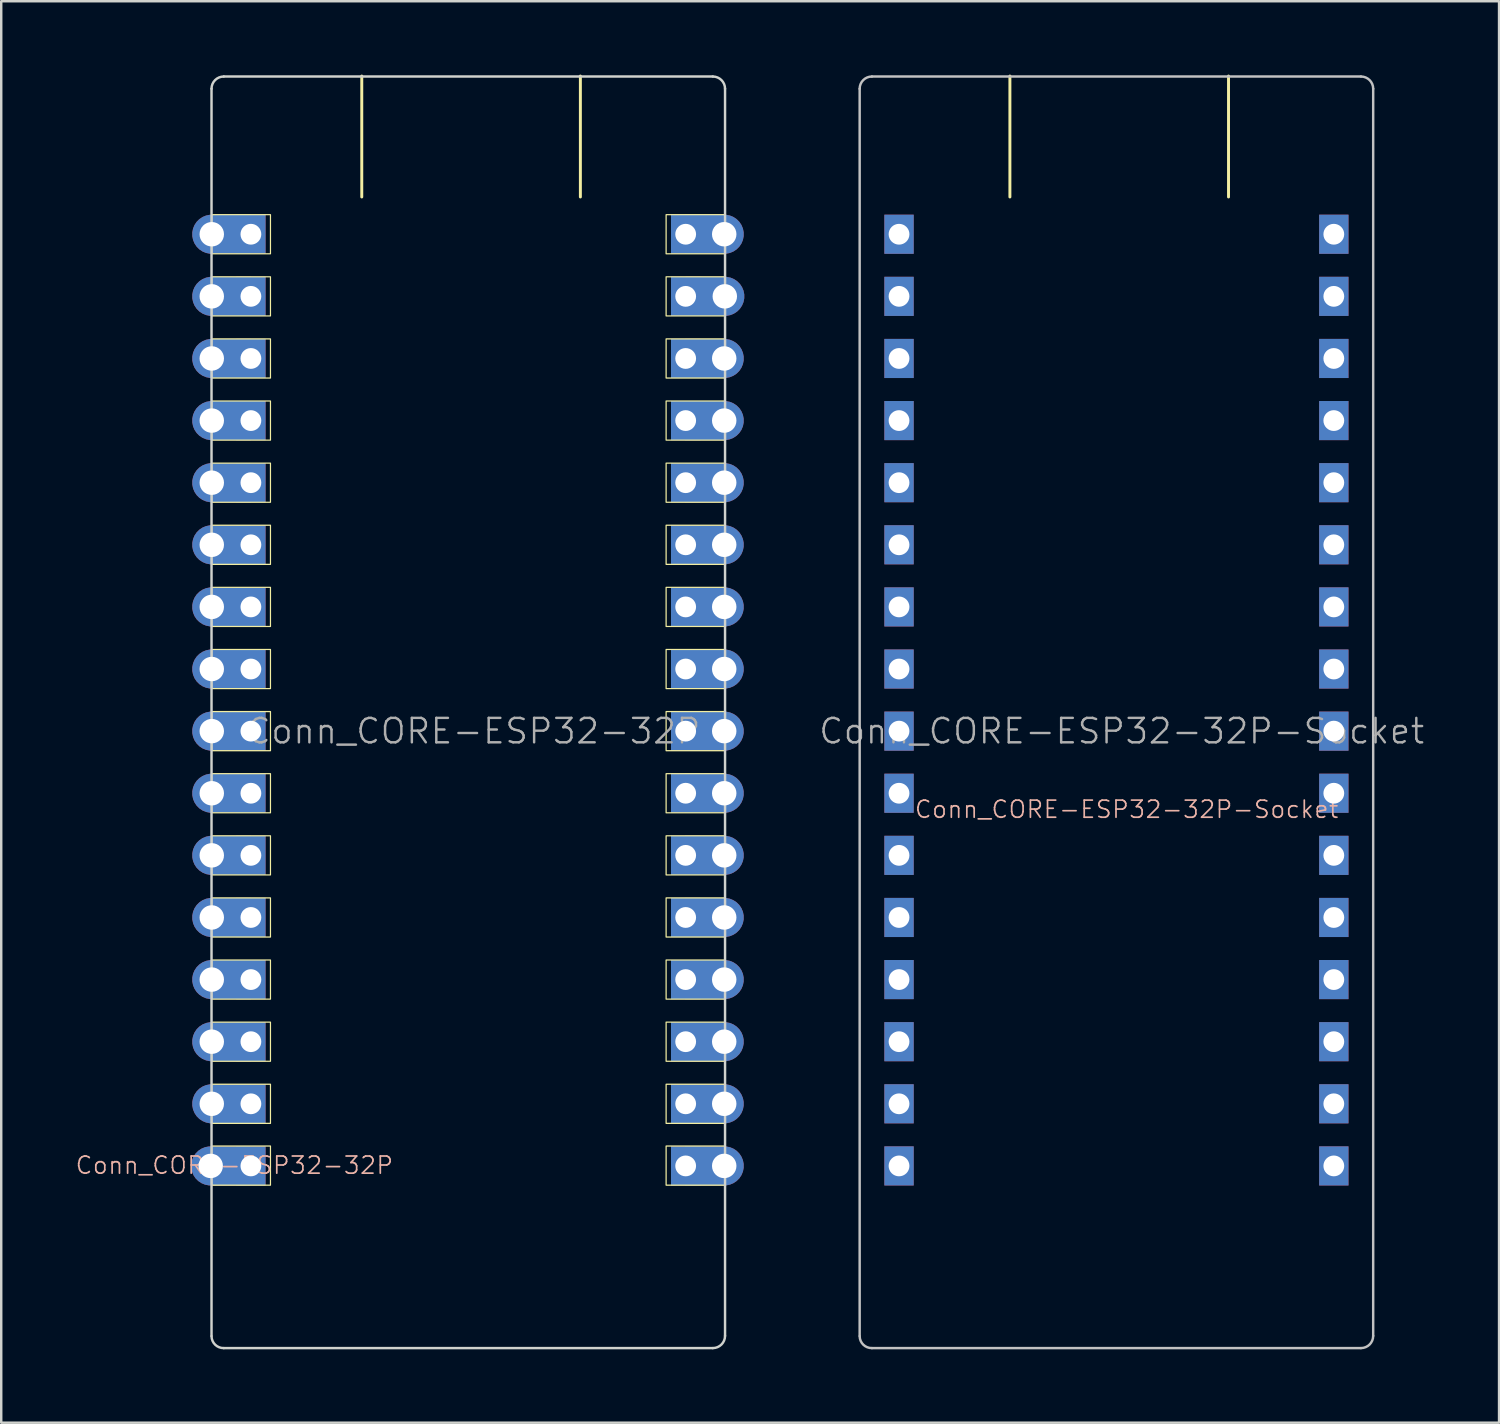
<source format=kicad_pcb>
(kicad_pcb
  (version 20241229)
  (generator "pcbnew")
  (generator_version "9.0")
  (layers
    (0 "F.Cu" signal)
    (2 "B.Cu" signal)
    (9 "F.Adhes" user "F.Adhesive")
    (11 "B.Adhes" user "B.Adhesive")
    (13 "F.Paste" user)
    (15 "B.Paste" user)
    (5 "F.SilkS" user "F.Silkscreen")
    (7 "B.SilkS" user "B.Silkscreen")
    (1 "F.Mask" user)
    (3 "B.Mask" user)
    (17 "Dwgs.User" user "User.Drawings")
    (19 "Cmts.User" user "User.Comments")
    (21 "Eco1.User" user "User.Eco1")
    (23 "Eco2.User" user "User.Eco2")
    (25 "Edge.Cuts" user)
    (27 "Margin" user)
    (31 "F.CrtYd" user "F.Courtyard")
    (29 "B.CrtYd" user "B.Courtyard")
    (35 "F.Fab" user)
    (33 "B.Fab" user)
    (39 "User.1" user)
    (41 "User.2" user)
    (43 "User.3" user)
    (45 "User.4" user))
  (footprint "Conn_CORE-ESP32-32P-Socket"
    (layer "F.Cu")
    (at 42.821 26.849)
    (property "Reference" "Conn_CORE-ESP32-32P-Socket" (at 0.2 3.2 0) (unlocked yes) (layer "B.SilkS") (effects (font (size 0.7 0.7) (thickness 0.07))))
    (attr through_hole)
    (fp_line (start -4.572 -26.789) (end -4.572 -21.844) (stroke (width 0.12) (type solid)) (layer "F.SilkS"))
    (fp_line (start 4.368 -26.789) (end 4.368 -21.844) (stroke (width 0.12) (type solid)) (layer "F.SilkS"))
    (fp_line (start -10.716 -26.27) (end -10.716 24.73) (stroke (width 0.1) (type solid)) (layer "Dwgs.User"))
    (fp_line (start -10.216 25.23) (end 9.784 25.23) (stroke (width 0.1) (type solid)) (layer "Dwgs.User"))
    (fp_line (start 9.784 -26.77) (end -10.216 -26.77) (stroke (width 0.1) (type solid)) (layer "Dwgs.User"))
    (fp_line (start 10.284 24.73) (end 10.284 -26.27) (stroke (width 0.1) (type solid)) (layer "Dwgs.User"))
    (fp_arc (start -10.715999 -26.27) (mid -10.569552 -26.623553) (end -10.215999 -26.77) (stroke (width 0.1) (type solid)) (layer "Dwgs.User"))
    (fp_arc (start -10.215999 25.23) (mid -10.566146 25.091777) (end -10.715999 24.746447) (stroke (width 0.1) (type solid)) (layer "Dwgs.User"))
    (fp_arc (start 9.784001 -26.77) (mid 10.137554 -26.623553) (end 10.284001 -26.27) (stroke (width 0.1) (type solid)) (layer "Dwgs.User"))
    (fp_arc (start 10.284001 24.73) (mid 10.137554 25.083553) (end 9.784001 25.23) (stroke (width 0.1) (type solid)) (layer "Dwgs.User"))
    (fp_text user "${REFERENCE}" (at 0 0 0) (layer "F.Fab") (effects (font (size 1 1) (thickness 0.1))))
    (pad "1" thru_hole rect (at -9.106 -20.32 270) (size 1.6 1.2) (drill 0.85) (layers "*.Cu" "*.Mask"))
    (pad "2" thru_hole rect (at -9.106 -17.78) (size 1.2 1.6) (drill 0.85) (layers "*.Cu" "*.Mask"))
    (pad "3" thru_hole rect (at -9.106 -15.24 180) (size 1.2 1.6) (drill 0.85) (layers "*.Cu" "*.Mask"))
    (pad "4" thru_hole rect (at -9.106 -12.7 270) (size 1.6 1.2) (drill 0.85) (layers "*.Cu" "*.Mask"))
    (pad "5" thru_hole rect (at -9.106 -10.16 270) (size 1.6 1.2) (drill 0.85) (layers "*.Cu" "*.Mask"))
    (pad "6" thru_hole rect (at -9.106 -7.62 90) (size 1.6 1.2) (drill 0.85) (layers "*.Cu" "*.Mask"))
    (pad "7" thru_hole rect (at -9.106 -5.08 270) (size 1.6 1.2) (drill 0.85) (layers "*.Cu" "*.Mask"))
    (pad "8" thru_hole rect (at -9.106 -2.54 270) (size 1.6 1.2) (drill 0.85) (layers "*.Cu" "*.Mask"))
    (pad "9" thru_hole rect (at -9.106 0 270) (size 1.6 1.2) (drill 0.85) (layers "*.Cu" "*.Mask"))
    (pad "10" thru_hole rect (at -9.106 2.54 270) (size 1.6 1.2) (drill 0.85) (layers "*.Cu" "*.Mask"))
    (pad "11" thru_hole rect (at -9.106 5.08 270) (size 1.6 1.2) (drill 0.85) (layers "*.Cu" "*.Mask"))
    (pad "12" thru_hole rect (at -9.106 7.62 270) (size 1.6 1.2) (drill 0.85) (layers "*.Cu" "*.Mask"))
    (pad "13" thru_hole rect (at -9.106 10.16 90) (size 1.6 1.2) (drill 0.85) (layers "*.Cu" "*.Mask"))
    (pad "14" thru_hole rect (at -9.106 12.7) (size 1.2 1.6) (drill 0.85) (layers "*.Cu" "*.Mask"))
    (pad "15" thru_hole rect (at -9.106 15.24 270) (size 1.6 1.2) (drill 0.85) (layers "*.Cu" "*.Mask"))
    (pad "16" thru_hole rect (at -9.106 17.78 270) (size 1.6 1.2) (drill 0.85) (layers "*.Cu" "*.Mask"))
    (pad "17" thru_hole rect (at 8.674 -20.32 90) (size 1.6 1.2) (drill 0.85) (layers "*.Cu" "*.Mask"))
    (pad "18" thru_hole rect (at 8.674 -17.78 90) (size 1.6 1.2) (drill 0.85) (layers "*.Cu" "*.Mask"))
    (pad "19" thru_hole rect (at 8.674 -15.24 90) (size 1.6 1.2) (drill 0.85) (layers "*.Cu" "*.Mask"))
    (pad "20" thru_hole rect (at 8.674 -12.7 90) (size 1.6 1.2) (drill 0.85) (layers "*.Cu" "*.Mask"))
    (pad "21" thru_hole rect (at 8.674 -10.16 90) (size 1.6 1.2) (drill 0.85) (layers "*.Cu" "*.Mask"))
    (pad "22" thru_hole rect (at 8.674 -7.62 90) (size 1.6 1.2) (drill 0.85) (layers "*.Cu" "*.Mask"))
    (pad "23" thru_hole rect (at 8.674 -5.08 90) (size 1.6 1.2) (drill 0.85) (layers "*.Cu" "*.Mask"))
    (pad "24" thru_hole rect (at 8.674 -2.54 90) (size 1.6 1.2) (drill 0.85) (layers "*.Cu" "*.Mask"))
    (pad "25" thru_hole rect (at 8.674 0 90) (size 1.6 1.2) (drill 0.85) (layers "*.Cu" "*.Mask"))
    (pad "26" thru_hole rect (at 8.674 2.54 90) (size 1.6 1.2) (drill 0.85) (layers "*.Cu" "*.Mask"))
    (pad "27" thru_hole rect (at 8.674 5.08 90) (size 1.6 1.2) (drill 0.85) (layers "*.Cu" "*.Mask"))
    (pad "28" thru_hole rect (at 8.674 7.62 90) (size 1.6 1.2) (drill 0.85) (layers "*.Cu" "*.Mask"))
    (pad "29" thru_hole rect (at 8.674 10.16 90) (size 1.6 1.2) (drill 0.85) (layers "*.Cu" "*.Mask"))
    (pad "30" thru_hole rect (at 8.674 12.7 90) (size 1.6 1.2) (drill 0.85) (layers "*.Cu" "*.Mask"))
    (pad "31" thru_hole rect (at 8.674 15.24 90) (size 1.6 1.2) (drill 0.85) (layers "*.Cu" "*.Mask"))
    (pad "32" thru_hole rect (at 8.674 17.78 90) (size 1.6 1.2) (drill 0.85) (layers "*.Cu" "*.Mask")))
  (footprint "Conn_CORE-ESP32-32P"
    (layer "F.Cu")
    (at 16.316 26.849)
    (property "Reference" "Conn_CORE-ESP32-32P" (at -9.781 17.755 0) (unlocked yes) (layer "B.SilkS") (effects (font (size 0.7 0.7) (thickness 0.07))))
    (attr through_hole)
    (fp_line (start -4.572 -26.789) (end -4.572 -21.844) (stroke (width 0.12) (type solid)) (layer "F.SilkS"))
    (fp_line (start 4.368 -26.789) (end 4.368 -21.844) (stroke (width 0.12) (type solid)) (layer "F.SilkS"))
    (fp_rect (start -8.306 -19.52) (end -10.706 -21.12) (stroke (width 0.05) (type solid)) (fill no) (layer "F.SilkS"))
    (fp_rect (start -8.306 -16.98) (end -10.706 -18.58) (stroke (width 0.05) (type solid)) (fill no) (layer "F.SilkS"))
    (fp_rect (start -8.306 -14.44) (end -10.706 -16.04) (stroke (width 0.05) (type solid)) (fill no) (layer "F.SilkS"))
    (fp_rect (start -8.306 -11.9) (end -10.706 -13.5) (stroke (width 0.05) (type solid)) (fill no) (layer "F.SilkS"))
    (fp_rect (start -8.306 -9.36) (end -10.706 -10.96) (stroke (width 0.05) (type solid)) (fill no) (layer "F.SilkS"))
    (fp_rect (start -8.306 -6.82) (end -10.706 -8.42) (stroke (width 0.05) (type solid)) (fill no) (layer "F.SilkS"))
    (fp_rect (start -8.306 -4.28) (end -10.706 -5.88) (stroke (width 0.05) (type solid)) (fill no) (layer "F.SilkS"))
    (fp_rect (start -8.306 -1.74) (end -10.706 -3.34) (stroke (width 0.05) (type solid)) (fill no) (layer "F.SilkS"))
    (fp_rect (start -8.306 0.8) (end -10.706 -0.8) (stroke (width 0.05) (type solid)) (fill no) (layer "F.SilkS"))
    (fp_rect (start -8.306 3.34) (end -10.706 1.74) (stroke (width 0.05) (type solid)) (fill no) (layer "F.SilkS"))
    (fp_rect (start -8.306 5.88) (end -10.706 4.28) (stroke (width 0.05) (type solid)) (fill no) (layer "F.SilkS"))
    (fp_rect (start -8.306 8.42) (end -10.706 6.82) (stroke (width 0.05) (type solid)) (fill no) (layer "F.SilkS"))
    (fp_rect (start -8.306 10.96) (end -10.706 9.36) (stroke (width 0.05) (type solid)) (fill no) (layer "F.SilkS"))
    (fp_rect (start -8.306 13.5) (end -10.706 11.9) (stroke (width 0.05) (type solid)) (fill no) (layer "F.SilkS"))
    (fp_rect (start -8.306 16.04) (end -10.706 14.44) (stroke (width 0.05) (type solid)) (fill no) (layer "F.SilkS"))
    (fp_rect (start -8.306 18.567) (end -10.706 16.967) (stroke (width 0.05) (type solid)) (fill no) (layer "F.SilkS"))
    (fp_rect (start 7.874 -21.12) (end 10.274 -19.52) (stroke (width 0.05) (type solid)) (fill no) (layer "F.SilkS"))
    (fp_rect (start 7.874 -18.58) (end 10.274 -16.98) (stroke (width 0.05) (type solid)) (fill no) (layer "F.SilkS"))
    (fp_rect (start 7.874 -16.04) (end 10.274 -14.44) (stroke (width 0.05) (type solid)) (fill no) (layer "F.SilkS"))
    (fp_rect (start 7.874 -13.5) (end 10.274 -11.9) (stroke (width 0.05) (type solid)) (fill no) (layer "F.SilkS"))
    (fp_rect (start 7.874 -10.96) (end 10.274 -9.36) (stroke (width 0.05) (type solid)) (fill no) (layer "F.SilkS"))
    (fp_rect (start 7.874 -8.42) (end 10.274 -6.82) (stroke (width 0.05) (type solid)) (fill no) (layer "F.SilkS"))
    (fp_rect (start 7.874 -5.88) (end 10.274 -4.28) (stroke (width 0.05) (type solid)) (fill no) (layer "F.SilkS"))
    (fp_rect (start 7.874 -3.34) (end 10.274 -1.74) (stroke (width 0.05) (type solid)) (fill no) (layer "F.SilkS"))
    (fp_rect (start 7.874 -0.8) (end 10.274 0.8) (stroke (width 0.05) (type solid)) (fill no) (layer "F.SilkS"))
    (fp_rect (start 7.874 1.74) (end 10.274 3.34) (stroke (width 0.05) (type solid)) (fill no) (layer "F.SilkS"))
    (fp_rect (start 7.874 4.28) (end 10.274 5.88) (stroke (width 0.05) (type solid)) (fill no) (layer "F.SilkS"))
    (fp_rect (start 7.874 6.82) (end 10.274 8.42) (stroke (width 0.05) (type solid)) (fill no) (layer "F.SilkS"))
    (fp_rect (start 7.874 9.36) (end 10.274 10.96) (stroke (width 0.05) (type solid)) (fill no) (layer "F.SilkS"))
    (fp_rect (start 7.874 11.9) (end 10.274 13.5) (stroke (width 0.05) (type solid)) (fill no) (layer "F.SilkS"))
    (fp_rect (start 7.874 14.44) (end 10.274 16.04) (stroke (width 0.05) (type solid)) (fill no) (layer "F.SilkS"))
    (fp_rect (start 10.274 18.567) (end 7.874 16.967) (stroke (width 0.05) (type solid)) (fill no) (layer "F.SilkS"))
    (fp_line (start -10.716 -26.27) (end -10.716 24.73) (stroke (width 0.1) (type solid)) (layer "Edge.Cuts"))
    (fp_line (start -10.216 25.23) (end 9.784 25.23) (stroke (width 0.1) (type solid)) (layer "Edge.Cuts"))
    (fp_line (start 9.784 -26.77) (end -10.216 -26.77) (stroke (width 0.1) (type solid)) (layer "Edge.Cuts"))
    (fp_line (start 10.284 24.73) (end 10.284 -26.27) (stroke (width 0.1) (type solid)) (layer "Edge.Cuts"))
    (fp_arc (start -10.715999 -26.27) (mid -10.569552 -26.623553) (end -10.215999 -26.77) (stroke (width 0.1) (type solid)) (layer "Edge.Cuts"))
    (fp_arc (start -10.215999 25.23) (mid -10.566146 25.091777) (end -10.715999 24.746447) (stroke (width 0.1) (type solid)) (layer "Edge.Cuts"))
    (fp_arc (start 9.784001 -26.77) (mid 10.137554 -26.623553) (end 10.284001 -26.27) (stroke (width 0.1) (type solid)) (layer "Edge.Cuts"))
    (fp_arc (start 10.284001 24.73) (mid 10.137554 25.083554) (end 9.784001 25.23) (stroke (width 0.1) (type solid)) (layer "Edge.Cuts"))
    (fp_text user "${REFERENCE}" (at 0 0 0) (layer "F.Fab") (effects (font (size 1 1) (thickness 0.1))))
    (pad "1" thru_hole custom (at -10.706 -20.32) (size 1.6 1.6) (drill 1) (layers "*.Cu" "*.Mask") (options (anchor circle)) (primitives (gr_rect (start 0 -0.8) (end 1.6 0.8) (width 0) (fill yes))))
    (pad "1" thru_hole rect (at -9.106 -20.32 270) (size 1.6 1.2) (drill 0.85) (layers "*.Cu" "*.Mask"))
    (pad "2" thru_hole custom (at -10.706 -17.78) (size 1.6 1.6) (drill 1) (layers "*.Cu" "*.Mask") (options (anchor circle)) (primitives (gr_rect (start 0 -0.8) (end 1.6 0.8) (width 0) (fill yes))))
    (pad "2" thru_hole rect (at -9.106 -17.78) (size 1.2 1.6) (drill 0.85) (layers "*.Cu" "*.Mask"))
    (pad "3" thru_hole custom (at -10.706 -15.24) (size 1.6 1.6) (drill 1) (layers "*.Cu" "*.Mask") (options (anchor circle)) (primitives (gr_rect (start 0 -0.8) (end 1.6 0.8) (width 0) (fill yes))))
    (pad "3" thru_hole rect (at -9.106 -15.24 180) (size 1.2 1.6) (drill 0.85) (layers "*.Cu" "*.Mask"))
    (pad "4" thru_hole custom (at -10.706 -12.7) (size 1.6 1.6) (drill 1) (layers "*.Cu" "*.Mask") (options (anchor circle)) (primitives (gr_rect (start 0 -0.8) (end 1.6 0.8) (width 0) (fill yes))))
    (pad "4" thru_hole rect (at -9.106 -12.7 270) (size 1.6 1.2) (drill 0.85) (layers "*.Cu" "*.Mask"))
    (pad "5" thru_hole custom (at -10.706 -10.16) (size 1.6 1.6) (drill 1) (layers "*.Cu" "*.Mask") (options (anchor circle)) (primitives (gr_rect (start 0 -0.8) (end 1.6 0.8) (width 0) (fill yes))))
    (pad "5" thru_hole rect (at -9.106 -10.16 270) (size 1.6 1.2) (drill 0.85) (layers "*.Cu" "*.Mask"))
    (pad "6" thru_hole custom (at -10.706 -7.62) (size 1.6 1.6) (drill 1) (layers "*.Cu" "*.Mask") (options (anchor circle)) (primitives (gr_rect (start 0 -0.8) (end 1.6 0.8) (width 0) (fill yes))))
    (pad "6" thru_hole rect (at -9.106 -7.62 90) (size 1.6 1.2) (drill 0.85) (layers "*.Cu" "*.Mask"))
    (pad "7" thru_hole custom (at -10.706 -5.08) (size 1.6 1.6) (drill 1) (layers "*.Cu" "*.Mask") (options (anchor circle)) (primitives (gr_rect (start 0 -0.8) (end 1.6 0.8) (width 0) (fill yes))))
    (pad "7" thru_hole rect (at -9.106 -5.08 270) (size 1.6 1.2) (drill 0.85) (layers "*.Cu" "*.Mask"))
    (pad "8" thru_hole custom (at -10.706 -2.54) (size 1.6 1.6) (drill 1) (layers "*.Cu" "*.Mask") (options (anchor circle)) (primitives (gr_rect (start 0 -0.8) (end 1.6 0.8) (width 0) (fill yes))))
    (pad "8" thru_hole rect (at -9.106 -2.54 270) (size 1.6 1.2) (drill 0.85) (layers "*.Cu" "*.Mask"))
    (pad "9" thru_hole custom (at -10.706 0) (size 1.6 1.6) (drill 1) (layers "*.Cu" "*.Mask") (options (anchor circle)) (primitives (gr_rect (start 0 -0.8) (end 1.6 0.8) (width 0) (fill yes))))
    (pad "9" thru_hole rect (at -9.106 0 270) (size 1.6 1.2) (drill 0.85) (layers "*.Cu" "*.Mask"))
    (pad "10" thru_hole custom (at -10.706 2.54) (size 1.6 1.6) (drill 1) (layers "*.Cu" "*.Mask") (options (anchor circle)) (primitives (gr_rect (start 0 -0.8) (end 1.6 0.8) (width 0) (fill yes))))
    (pad "10" thru_hole rect (at -9.106 2.54 270) (size 1.6 1.2) (drill 0.85) (layers "*.Cu" "*.Mask"))
    (pad "11" thru_hole custom (at -10.706 5.08) (size 1.6 1.6) (drill 1) (layers "*.Cu" "*.Mask") (options (anchor circle)) (primitives (gr_rect (start 0 -0.8) (end 1.6 0.8) (width 0) (fill yes))))
    (pad "11" thru_hole rect (at -9.106 5.08 270) (size 1.6 1.2) (drill 0.85) (layers "*.Cu" "*.Mask"))
    (pad "12" thru_hole custom (at -10.706 7.62) (size 1.6 1.6) (drill 1) (layers "*.Cu" "*.Mask") (options (anchor circle)) (primitives (gr_rect (start 0 -0.8) (end 1.6 0.8) (width 0) (fill yes))))
    (pad "12" thru_hole rect (at -9.106 7.62 270) (size 1.6 1.2) (drill 0.85) (layers "*.Cu" "*.Mask"))
    (pad "13" thru_hole custom (at -10.706 10.16) (size 1.6 1.6) (drill 1) (layers "*.Cu" "*.Mask") (options (anchor circle)) (primitives (gr_rect (start 0 -0.8) (end 1.6 0.8) (width 0) (fill yes))))
    (pad "13" thru_hole rect (at -9.106 10.16 90) (size 1.6 1.2) (drill 0.85) (layers "*.Cu" "*.Mask"))
    (pad "14" thru_hole custom (at -10.706 12.7) (size 1.6 1.6) (drill 1) (layers "*.Cu" "*.Mask") (options (anchor circle)) (primitives (gr_rect (start 0 -0.8) (end 1.6 0.8) (width 0) (fill yes))))
    (pad "14" thru_hole rect (at -9.106 12.7) (size 1.2 1.6) (drill 0.85) (layers "*.Cu" "*.Mask"))
    (pad "15" thru_hole custom (at -10.706 15.24) (size 1.6 1.6) (drill 1) (layers "*.Cu" "*.Mask") (options (anchor circle)) (primitives (gr_rect (start 0 -0.8) (end 1.6 0.8) (width 0) (fill yes))))
    (pad "15" thru_hole rect (at -9.106 15.24 270) (size 1.6 1.2) (drill 0.85) (layers "*.Cu" "*.Mask"))
    (pad "16" thru_hole custom (at -10.75 17.78) (size 1.6 1.6) (drill 1) (layers "*.Cu" "*.Mask") (options (anchor circle)) (primitives (gr_rect (start 0 -0.8) (end 1.6 0.8) (width 0) (fill yes))))
    (pad "16" thru_hole rect (at -9.106 17.78 270) (size 1.6 1.2) (drill 0.85) (layers "*.Cu" "*.Mask"))
    (pad "17" thru_hole rect (at 8.674 -20.32 90) (size 1.6 1.2) (drill 0.85) (layers "*.Cu" "*.Mask"))
    (pad "17" thru_hole custom (at 10.25 -20.32 180) (size 1.6 1.6) (drill 1) (layers "*.Cu" "*.Mask") (options (anchor circle)) (primitives (gr_rect (start 0 -0.8) (end 1.6 0.8) (width 0) (fill yes))))
    (pad "18" thru_hole rect (at 8.674 -17.78 90) (size 1.6 1.2) (drill 0.85) (layers "*.Cu" "*.Mask"))
    (pad "18" thru_hole custom (at 10.274 -17.78 180) (size 1.6 1.6) (drill 1) (layers "*.Cu" "*.Mask") (options (anchor circle)) (primitives (gr_rect (start 0 -0.8) (end 1.6 0.8) (width 0) (fill yes))))
    (pad "19" thru_hole rect (at 8.674 -15.24 90) (size 1.6 1.2) (drill 0.85) (layers "*.Cu" "*.Mask"))
    (pad "19" thru_hole custom (at 10.25 -15.24 180) (size 1.6 1.6) (drill 1) (layers "*.Cu" "*.Mask") (options (anchor circle)) (primitives (gr_rect (start 0 -0.8) (end 1.6 0.8) (width 0) (fill yes))))
    (pad "20" thru_hole rect (at 8.674 -12.7 90) (size 1.6 1.2) (drill 0.85) (layers "*.Cu" "*.Mask"))
    (pad "20" thru_hole custom (at 10.25 -12.7 180) (size 1.6 1.6) (drill 1) (layers "*.Cu" "*.Mask") (options (anchor circle)) (primitives (gr_rect (start 0 -0.8) (end 1.6 0.8) (width 0) (fill yes))))
    (pad "21" thru_hole rect (at 8.674 -10.16 90) (size 1.6 1.2) (drill 0.85) (layers "*.Cu" "*.Mask"))
    (pad "21" thru_hole custom (at 10.25 -10.16 180) (size 1.6 1.6) (drill 1) (layers "*.Cu" "*.Mask") (options (anchor circle)) (primitives (gr_rect (start 0 -0.8) (end 1.6 0.8) (width 0) (fill yes))))
    (pad "22" thru_hole rect (at 8.674 -7.62 90) (size 1.6 1.2) (drill 0.85) (layers "*.Cu" "*.Mask"))
    (pad "22" thru_hole custom (at 10.25 -7.62 180) (size 1.6 1.6) (drill 1) (layers "*.Cu" "*.Mask") (options (anchor circle)) (primitives (gr_rect (start 0 -0.8) (end 1.6 0.8) (width 0) (fill yes))))
    (pad "23" thru_hole rect (at 8.674 -5.08 90) (size 1.6 1.2) (drill 0.85) (layers "*.Cu" "*.Mask"))
    (pad "23" thru_hole custom (at 10.25 -5.08 180) (size 1.6 1.6) (drill 1) (layers "*.Cu" "*.Mask") (options (anchor circle)) (primitives (gr_rect (start 0 -0.8) (end 1.6 0.8) (width 0) (fill yes))))
    (pad "24" thru_hole rect (at 8.674 -2.54 90) (size 1.6 1.2) (drill 0.85) (layers "*.Cu" "*.Mask"))
    (pad "24" thru_hole custom (at 10.25 -2.54 180) (size 1.6 1.6) (drill 1) (layers "*.Cu" "*.Mask") (options (anchor circle)) (primitives (gr_rect (start 0 -0.8) (end 1.6 0.8) (width 0) (fill yes))))
    (pad "25" thru_hole rect (at 8.674 0 90) (size 1.6 1.2) (drill 0.85) (layers "*.Cu" "*.Mask"))
    (pad "25" thru_hole custom (at 10.25 0 180) (size 1.6 1.6) (drill 1) (layers "*.Cu" "*.Mask") (options (anchor circle)) (primitives (gr_rect (start 0 -0.8) (end 1.6 0.8) (width 0) (fill yes))))
    (pad "26" thru_hole rect (at 8.674 2.54 90) (size 1.6 1.2) (drill 0.85) (layers "*.Cu" "*.Mask"))
    (pad "26" thru_hole custom (at 10.25 2.54 180) (size 1.6 1.6) (drill 1) (layers "*.Cu" "*.Mask") (options (anchor circle)) (primitives (gr_rect (start 0 -0.8) (end 1.6 0.8) (width 0) (fill yes))))
    (pad "27" thru_hole rect (at 8.674 5.08 90) (size 1.6 1.2) (drill 0.85) (layers "*.Cu" "*.Mask"))
    (pad "27" thru_hole custom (at 10.25 5.08 180) (size 1.6 1.6) (drill 1) (layers "*.Cu" "*.Mask") (options (anchor circle)) (primitives (gr_rect (start 0 -0.8) (end 1.6 0.8) (width 0) (fill yes))))
    (pad "28" thru_hole rect (at 8.674 7.62 90) (size 1.6 1.2) (drill 0.85) (layers "*.Cu" "*.Mask"))
    (pad "28" thru_hole custom (at 10.25 7.62 180) (size 1.6 1.6) (drill 1) (layers "*.Cu" "*.Mask") (options (anchor circle)) (primitives (gr_rect (start 0 -0.8) (end 1.6 0.8) (width 0) (fill yes))))
    (pad "29" thru_hole rect (at 8.674 10.16 90) (size 1.6 1.2) (drill 0.85) (layers "*.Cu" "*.Mask"))
    (pad "29" thru_hole custom (at 10.25 10.16 180) (size 1.6 1.6) (drill 1) (layers "*.Cu" "*.Mask") (options (anchor circle)) (primitives (gr_rect (start 0 -0.8) (end 1.6 0.8) (width 0) (fill yes))))
    (pad "30" thru_hole rect (at 8.674 12.7 90) (size 1.6 1.2) (drill 0.85) (layers "*.Cu" "*.Mask"))
    (pad "30" thru_hole custom (at 10.25 12.7 180) (size 1.6 1.6) (drill 1) (layers "*.Cu" "*.Mask") (options (anchor circle)) (primitives (gr_rect (start 0 -0.8) (end 1.6 0.8) (width 0) (fill yes))))
    (pad "31" thru_hole rect (at 8.674 15.24 90) (size 1.6 1.2) (drill 0.85) (layers "*.Cu" "*.Mask"))
    (pad "31" thru_hole custom (at 10.25 15.24 180) (size 1.6 1.6) (drill 1) (layers "*.Cu" "*.Mask") (options (anchor circle)) (primitives (gr_rect (start 0 -0.8) (end 1.6 0.8) (width 0) (fill yes))))
    (pad "32" thru_hole rect (at 8.674 17.78 90) (size 1.6 1.2) (drill 0.85) (layers "*.Cu" "*.Mask"))
    (pad "32" thru_hole custom (at 10.25 17.78 180) (size 1.6 1.6) (drill 1) (layers "*.Cu" "*.Mask") (options (anchor circle)) (primitives (gr_rect (start 0 -0.8) (end 1.6 0.8) (width 0) (fill yes)))))
  (gr_rect
    (start -3 -3)
    (end 58.252 55.129)
    (stroke (width 0.1) (type default))
    (fill no)
    (layer "Edge.Cuts")))
</source>
